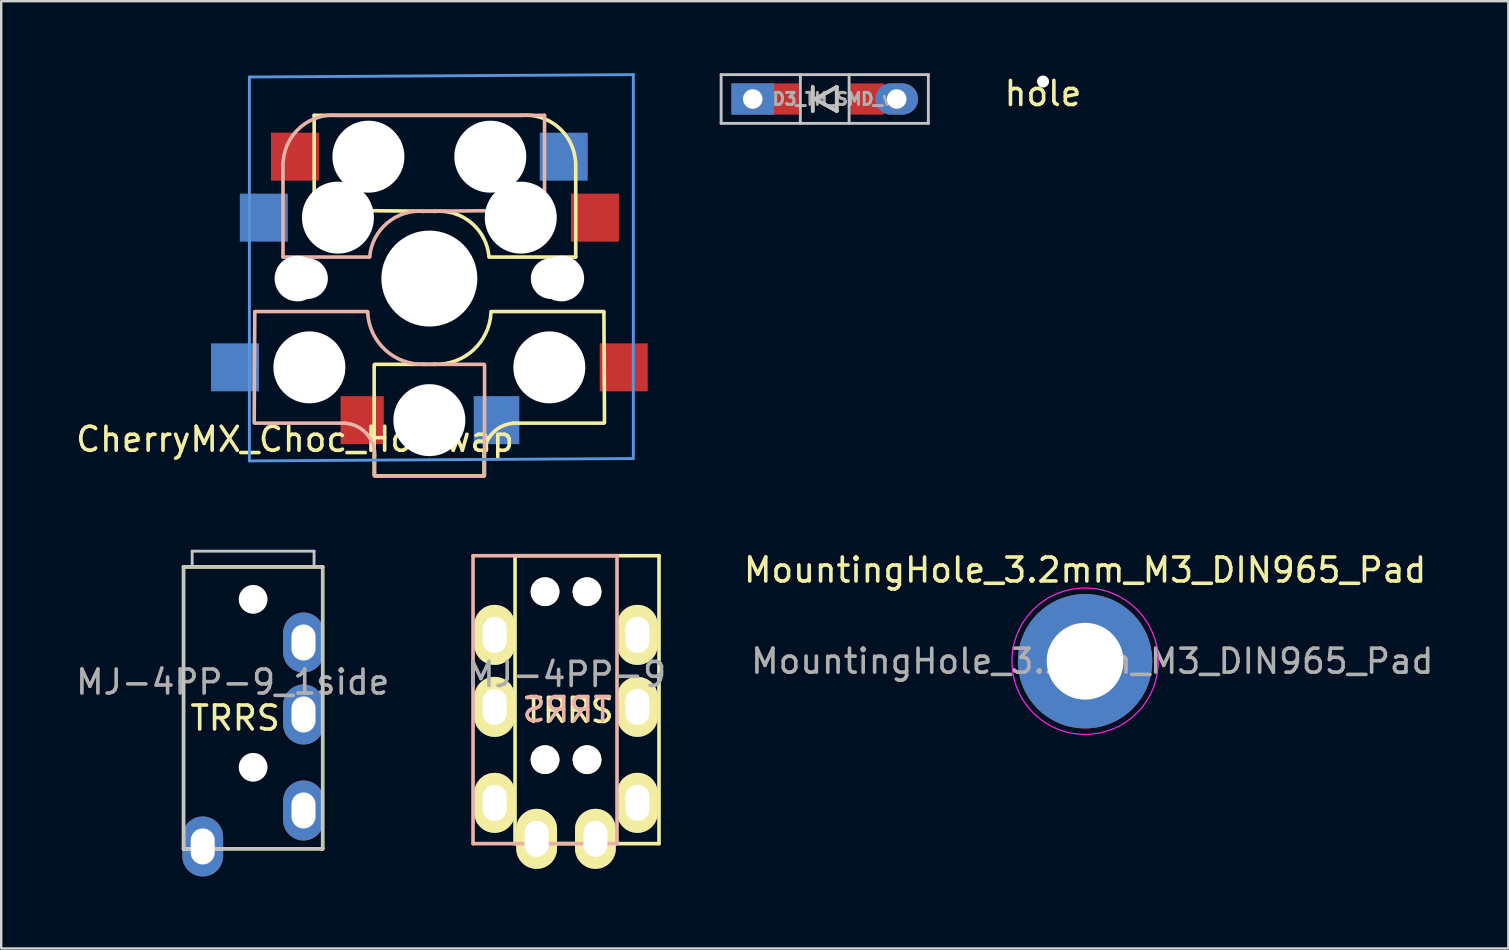
<source format=kicad_pcb>
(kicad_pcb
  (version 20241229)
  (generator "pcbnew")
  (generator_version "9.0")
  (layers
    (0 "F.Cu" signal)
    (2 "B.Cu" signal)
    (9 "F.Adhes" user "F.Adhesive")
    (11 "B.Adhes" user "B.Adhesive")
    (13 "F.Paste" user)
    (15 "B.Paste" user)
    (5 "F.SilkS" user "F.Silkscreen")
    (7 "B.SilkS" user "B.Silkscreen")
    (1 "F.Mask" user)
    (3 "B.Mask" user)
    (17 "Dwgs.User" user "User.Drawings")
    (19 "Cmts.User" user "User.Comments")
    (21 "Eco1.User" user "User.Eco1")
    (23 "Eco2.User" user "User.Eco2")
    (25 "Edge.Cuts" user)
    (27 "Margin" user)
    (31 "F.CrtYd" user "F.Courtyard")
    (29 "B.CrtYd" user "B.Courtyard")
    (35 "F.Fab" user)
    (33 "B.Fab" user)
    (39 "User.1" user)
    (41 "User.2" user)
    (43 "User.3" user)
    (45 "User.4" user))
  (footprint "MJ-4PP-9"
    (layer "F.Cu")
    (at 21.415 20.11)
    (property "Reference" "MJ-4PP-9" (at -0.85 4.95 0) (layer "F.Fab") (effects (font (size 1 1) (thickness 0.15))))
    (attr through_hole)
    (fp_line (start -3 0) (end 3 0) (stroke (width 0.15) (type solid)) (layer "F.SilkS"))
    (fp_line (start -3 12) (end -3 0) (stroke (width 0.15) (type solid)) (layer "F.SilkS"))
    (fp_line (start 3 0) (end 3 12) (stroke (width 0.15) (type solid)) (layer "F.SilkS"))
    (fp_line (start 3 12) (end -3 12) (stroke (width 0.15) (type solid)) (layer "F.SilkS"))
    (fp_line (start -4.75 0) (end 1.25 0) (stroke (width 0.15) (type solid)) (layer "B.SilkS"))
    (fp_line (start -4.75 12) (end -4.75 0) (stroke (width 0.15) (type solid)) (layer "B.SilkS"))
    (fp_line (start 1.25 0) (end 1.25 12) (stroke (width 0.15) (type solid)) (layer "B.SilkS"))
    (fp_line (start 1.25 12) (end -4.75 12) (stroke (width 0.15) (type solid)) (layer "B.SilkS"))
    (fp_text user "TRRS" (at -0.75 6.45 0) (layer "F.SilkS") (effects (font (size 1 1) (thickness 0.15))))
    (fp_text user "TRRS" (at -0.826 6.413 0) (layer "B.SilkS") (effects (font (size 1 1) (thickness 0.15)) (justify mirror)))
    (pad "" np_thru_hole circle (at -1.75 1.5) (size 1.2 1.2) (drill 1.2) (layers "*.Cu" "*.Mask" "F.SilkS"))
    (pad "" np_thru_hole circle (at -1.75 8.5) (size 1.2 1.2) (drill 1.2) (layers "*.Cu" "*.Mask" "F.SilkS"))
    (pad "" np_thru_hole circle (at 0 1.5) (size 1.2 1.2) (drill 1.2) (layers "*.Cu" "*.Mask" "F.SilkS"))
    (pad "" np_thru_hole circle (at 0 8.5) (size 1.2 1.2) (drill 1.2) (layers "*.Cu" "*.Mask" "F.SilkS"))
    (pad "R1" thru_hole oval (at -3.85 6.3) (size 1.7 2.5) (drill oval 1 1.5) (layers "*.Cu" "*.Mask" "F.SilkS"))
    (pad "R1" thru_hole oval (at 2.1 6.3) (size 1.7 2.5) (drill oval 1 1.5) (layers "*.Cu" "*.Mask" "F.SilkS"))
    (pad "R2" thru_hole oval (at -3.85 3.3) (size 1.7 2.5) (drill oval 1 1.5) (layers "*.Cu" "*.Mask" "F.SilkS"))
    (pad "R2" thru_hole oval (at 2.1 3.3) (size 1.7 2.5) (drill oval 1 1.5) (layers "*.Cu" "*.Mask" "F.SilkS"))
    (pad "S" thru_hole oval (at -2.1 11.8) (size 1.7 2.5) (drill oval 1 1.5) (layers "*.Cu" "*.Mask" "F.SilkS"))
    (pad "S" thru_hole oval (at 0.35 11.8) (size 1.7 2.5) (drill oval 1 1.5) (layers "*.Cu" "*.Mask" "F.SilkS"))
    (pad "T" thru_hole oval (at -3.85 10.3) (size 1.7 2.5) (drill oval 1 1.5) (layers "*.Cu" "*.Mask" "F.SilkS"))
    (pad "T" thru_hole oval (at 2.1 10.3) (size 1.7 2.5) (drill oval 1 1.5) (layers "*.Cu" "*.Mask" "F.SilkS")))
  (footprint "hole"
    (layer "F.Cu")
    (at 40.42 0.348)
    (property "Reference" "hole" (at 0 0.5 0) (layer "F.SilkS") (effects (font (size 1 1) (thickness 0.15))))
    (attr through_hole)
    (pad "" np_thru_hole circle (at 0 0) (size 0.5 0.5) (drill 0.5) (layers "*.Cu" "*.Mask")))
  (footprint "MJ-4PP-9_1side"
    (layer "F.Cu")
    (at 7.499 20.428)
    (property "Reference" "MJ-4PP-9_1side" (at -0.85 4.95 0) (layer "F.Fab") (effects (font (size 1 1) (thickness 0.15))))
    (attr through_hole)
    (fp_line (start -2.9 0.15) (end 2.9 0.15) (stroke (width 0.15) (type solid)) (layer "F.SilkS"))
    (fp_line (start -2.9 11.9) (end -2.9 0.15) (stroke (width 0.15) (type solid)) (layer "F.SilkS"))
    (fp_line (start 2.9 0.15) (end 2.9 11.9) (stroke (width 0.15) (type solid)) (layer "F.SilkS"))
    (fp_line (start 2.9 11.9) (end -2.9 11.9) (stroke (width 0.15) (type solid)) (layer "F.SilkS"))
    (fp_line (start -2.896 0.152) (end 2.896 0.152) (stroke (width 0.12) (type solid)) (layer "Dwgs.User"))
    (fp_line (start -2.896 11.887) (end -2.896 0.152) (stroke (width 0.12) (type solid)) (layer "Dwgs.User"))
    (fp_line (start -2.54 -0.508) (end 2.54 -0.508) (stroke (width 0.12) (type solid)) (layer "Dwgs.User"))
    (fp_line (start -2.54 0.127) (end -2.54 -0.508) (stroke (width 0.12) (type solid)) (layer "Dwgs.User"))
    (fp_line (start 2.54 -0.508) (end 2.54 0.127) (stroke (width 0.12) (type solid)) (layer "Dwgs.User"))
    (fp_line (start 2.896 0.152) (end 2.896 11.887) (stroke (width 0.12) (type solid)) (layer "Dwgs.User"))
    (fp_line (start 2.896 11.887) (end -2.896 11.887) (stroke (width 0.12) (type solid)) (layer "Dwgs.User"))
    (fp_text user "TRRS" (at -0.75 6.45 0) (layer "F.SilkS") (effects (font (size 1 1) (thickness 0.15))))
    (pad "" np_thru_hole circle (at 0 1.5) (size 1.2 1.2) (drill 1.2) (layers "*.Cu" "*.Mask"))
    (pad "" np_thru_hole circle (at 0 8.5) (size 1.2 1.2) (drill 1.2) (layers "*.Cu" "*.Mask"))
    (pad "A" thru_hole oval (at -2.1 11.8) (size 1.7 2.5) (drill oval 1 1.5) (layers "*.Cu" "B.Mask"))
    (pad "B" thru_hole oval (at 2.1 3.3) (size 1.7 2.5) (drill oval 1 1.5) (layers "*.Cu" "B.Mask"))
    (pad "C" thru_hole oval (at 2.1 6.3) (size 1.7 2.5) (drill oval 1 1.5) (layers "*.Cu" "B.Mask"))
    (pad "D" thru_hole oval (at 2.1 10.3) (size 1.7 2.5) (drill oval 1 1.5) (layers "*.Cu" "B.Mask")))
  (footprint "MountingHole_3.2mm_M3_DIN965_Pad"
    (layer "F.Cu")
    (at 42.173 24.508)
    (property "Reference" "MountingHole_3.2mm_M3_DIN965_Pad" (at 0 -3.8 0) (layer "F.SilkS") (effects (font (size 1 1) (thickness 0.15))))
    (attr exclude_from_pos_files exclude_from_bom)
    (fp_circle (center 0 0) (end 2.8 0) (stroke (width 0.001) (type solid)) (fill no) (layer "Cmts.User"))
    (fp_line (start -4 0) (end 4 0) (stroke (width 0.001) (type solid)) (layer "Eco1.User"))
    (fp_line (start 0 4) (end 0 -4) (stroke (width 0.001) (type solid)) (layer "Eco1.User"))
    (fp_circle (center 0 0) (end 3.05 0) (stroke (width 0.05) (type solid)) (fill no) (layer "F.CrtYd"))
    (fp_text user "${REFERENCE}" (at 0.3 0 0) (layer "F.Fab") (effects (font (size 1 1) (thickness 0.15))))
    (pad "1" thru_hole circle (at 0 0) (size 5.6 5.6) (drill 3.2) (layers "*.Cu" "*.Mask")))
  (footprint "D3_TH_SMD_v2"
    (layer "F.Cu")
    (at 31.322 1.076)
    (property "Reference" "D3_TH_SMD_v2" (at 0.55 0 180) (layer "F.Fab") (effects (font (size 0.5 0.5) (thickness 0.125))))
    (attr through_hole)
    (fp_line (start -0.5 -0.5) (end -0.5 0.5) (stroke (width 0.15) (type solid)) (layer "F.SilkS"))
    (fp_line (start -0.4 0) (end 0.5 -0.5) (stroke (width 0.15) (type solid)) (layer "F.SilkS"))
    (fp_line (start 0.5 -0.5) (end 0.5 0.5) (stroke (width 0.15) (type solid)) (layer "F.SilkS"))
    (fp_line (start 0.5 0.5) (end -0.4 0) (stroke (width 0.15) (type solid)) (layer "F.SilkS"))
    (fp_line (start -4.318 -1.016) (end -4.318 1.016) (stroke (width 0.12) (type solid)) (layer "Dwgs.User"))
    (fp_line (start -4.318 1.016) (end 4.318 1.016) (stroke (width 0.12) (type solid)) (layer "Dwgs.User"))
    (fp_line (start -1.016 -1.016) (end -1.016 1.016) (stroke (width 0.12) (type solid)) (layer "Dwgs.User"))
    (fp_line (start -0.5 -0.5) (end -0.5 0.5) (stroke (width 0.15) (type solid)) (layer "Dwgs.User"))
    (fp_line (start -0.4 0) (end 0.5 -0.5) (stroke (width 0.15) (type solid)) (layer "Dwgs.User"))
    (fp_line (start 0.5 -0.5) (end 0.5 0.5) (stroke (width 0.15) (type solid)) (layer "Dwgs.User"))
    (fp_line (start 0.5 0.5) (end -0.4 0) (stroke (width 0.15) (type solid)) (layer "Dwgs.User"))
    (fp_line (start 1.016 -1.016) (end 1.016 1.016) (stroke (width 0.12) (type solid)) (layer "Dwgs.User"))
    (fp_line (start 4.318 -1.016) (end -4.318 -1.016) (stroke (width 0.12) (type solid)) (layer "Dwgs.User"))
    (fp_line (start 4.318 1.016) (end 4.318 -1.016) (stroke (width 0.12) (type solid)) (layer "Dwgs.User"))
    (pad "1" thru_hole rect (at -3 0) (size 1.778 1.3) (drill 0.813) (layers "*.Cu" "B.Mask"))
    (pad "1" smd rect (at -1.775 0 180) (size 1.4 1.3) (layers "F.Cu" "F.Mask" "F.Paste"))
    (pad "2" smd rect (at 1.775 0 180) (size 1.4 1.3) (layers "F.Cu" "F.Mask" "F.Paste"))
    (pad "2" thru_hole oval (at 3 0) (size 1.778 1.3) (drill 0.813) (layers "*.Cu" "B.Mask")))
  (footprint "CherryMX_Choc_Hotswap"
    (layer "F.Cu")
    (at 14.844 8.56)
    (property "Reference" "CherryMX_Choc_Hotswap" (at -5.6 6.7 0) (layer "F.SilkS") (effects (font (size 1 1) (thickness 0.15))))
    (attr through_hole)
    (fp_line (start -4.8 -6.804) (end 3.825 -6.804) (stroke (width 0.15) (type solid)) (layer "F.SilkS"))
    (fp_line (start -4.8 -2.896) (end -4.8 -6.804) (stroke (width 0.15) (type solid)) (layer "F.SilkS"))
    (fp_line (start -4.8 -2.85) (end 0.25 -2.804) (stroke (width 0.15) (type solid)) (layer "F.SilkS"))
    (fp_line (start -2.3 3.6) (end -2.3 8.2) (stroke (width 0.15) (type solid)) (layer "F.SilkS"))
    (fp_line (start -2.275 3.575) (end 0.275 3.575) (stroke (width 0.15) (type solid)) (layer "F.SilkS"))
    (fp_line (start -2.275 8.225) (end 2.275 8.225) (stroke (width 0.15) (type solid)) (layer "F.SilkS"))
    (fp_line (start 2.28 7.5) (end 2.28 8.2) (stroke (width 0.15) (type solid)) (layer "F.SilkS"))
    (fp_line (start 2.575 1.375) (end 7.275 1.375) (stroke (width 0.15) (type solid)) (layer "F.SilkS"))
    (fp_line (start 3.5 6.025) (end 7.275 6.025) (stroke (width 0.15) (type solid)) (layer "F.SilkS"))
    (fp_line (start 6.1 -4.85) (end 6.1 -0.905) (stroke (width 0.15) (type solid)) (layer "F.SilkS"))
    (fp_line (start 6.1 -0.896) (end 2.49 -0.896) (stroke (width 0.15) (type solid)) (layer "F.SilkS"))
    (fp_line (start 7.275 1.4) (end 7.3 6) (stroke (width 0.15) (type solid)) (layer "F.SilkS"))
    (fp_arc (start 0.225 -2.8) (mid 1.744361 -2.328061) (end 2.485 -0.92) (stroke (width 0.15) (type solid)) (layer "F.SilkS"))
    (fp_arc (start 2.28 7.45) (mid 2.595908 6.48733) (end 3.5 6.03) (stroke (width 0.15) (type solid)) (layer "F.SilkS"))
    (fp_arc (start 2.57 1.4) (mid 1.834422 2.975843) (end 0.2 3.57) (stroke (width 0.15) (type solid)) (layer "F.SilkS"))
    (fp_arc (start 3.825 -6.804) (mid 5.347189 -6.33089) (end 6.089 -4.92) (stroke (width 0.15) (type solid)) (layer "F.SilkS"))
    (fp_line (start -7.275 1.4) (end -7.3 6) (stroke (width 0.15) (type solid)) (layer "B.SilkS"))
    (fp_line (start -6.1 -4.85) (end -6.1 -0.905) (stroke (width 0.15) (type solid)) (layer "B.SilkS"))
    (fp_line (start -6.1 -0.896) (end -2.49 -0.896) (stroke (width 0.15) (type solid)) (layer "B.SilkS"))
    (fp_line (start -3.5 6.025) (end -7.275 6.025) (stroke (width 0.15) (type solid)) (layer "B.SilkS"))
    (fp_line (start -2.575 1.375) (end -7.275 1.375) (stroke (width 0.15) (type solid)) (layer "B.SilkS"))
    (fp_line (start -2.28 7.5) (end -2.28 8.2) (stroke (width 0.15) (type solid)) (layer "B.SilkS"))
    (fp_line (start 2.275 3.575) (end -0.275 3.575) (stroke (width 0.15) (type solid)) (layer "B.SilkS"))
    (fp_line (start 2.275 8.225) (end -2.275 8.225) (stroke (width 0.15) (type solid)) (layer "B.SilkS"))
    (fp_line (start 2.3 3.6) (end 2.3 8.2) (stroke (width 0.15) (type solid)) (layer "B.SilkS"))
    (fp_line (start 4.8 -6.804) (end -3.825 -6.804) (stroke (width 0.15) (type solid)) (layer "B.SilkS"))
    (fp_line (start 4.8 -2.896) (end 4.8 -6.804) (stroke (width 0.15) (type solid)) (layer "B.SilkS"))
    (fp_line (start 4.8 -2.85) (end -0.25 -2.804) (stroke (width 0.15) (type solid)) (layer "B.SilkS"))
    (fp_arc (start -6.089 -4.92) (mid -5.347189 -6.33089) (end -3.825 -6.804) (stroke (width 0.15) (type solid)) (layer "B.SilkS"))
    (fp_arc (start -3.5 6.03) (mid -2.595908 6.48733) (end -2.28 7.45) (stroke (width 0.15) (type solid)) (layer "B.SilkS"))
    (fp_arc (start -2.485 -0.92) (mid -1.744361 -2.328061) (end -0.225 -2.8) (stroke (width 0.15) (type solid)) (layer "B.SilkS"))
    (fp_arc (start -0.2 3.57) (mid -1.834422 2.975843) (end -2.57 1.4) (stroke (width 0.15) (type solid)) (layer "B.SilkS"))
    (fp_line (start -7.5 -8.4) (end -7.5 7.6) (stroke (width 0.12) (type solid)) (layer "Cmts.User"))
    (fp_line (start -7.5 -8.4) (end 8.5 -8.5) (stroke (width 0.12) (type solid)) (layer "Cmts.User"))
    (fp_line (start 8.5 7.5) (end -7.5 7.6) (stroke (width 0.12) (type solid)) (layer "Cmts.User"))
    (fp_line (start 8.5 7.5) (end 8.5 -8.5) (stroke (width 0.12) (type solid)) (layer "Cmts.User"))
    (fp_line (start -7.4 -8.3) (end 8.4 -8.4) (stroke (width 0.12) (type solid)) (layer "Eco2.User"))
    (fp_line (start -7.4 7.5) (end -7.4 -8.3) (stroke (width 0.12) (type solid)) (layer "Eco2.User"))
    (fp_line (start -7.4 7.5) (end 8.4 7.4) (stroke (width 0.12) (type solid)) (layer "Eco2.User"))
    (fp_line (start 8.4 7.4) (end 8.4 -8.4) (stroke (width 0.12) (type solid)) (layer "Eco2.User"))
    (pad "" np_thru_hole circle (at -5.5 0 90) (size 1.9 1.9) (drill 1.9) (layers "*.Cu" "*.Mask"))
    (pad "" np_thru_hole circle (at -5.08 0) (size 1.7 1.7) (drill 1.7) (layers "*.Cu" "*.Mask"))
    (pad "" np_thru_hole circle (at -5 3.7 90) (size 3 3) (drill 3) (layers "*.Cu" "*.Mask"))
    (pad "" np_thru_hole circle (at -3.81 -2.54 180) (size 3 3) (drill 3) (layers "*.Cu" "*.Mask"))
    (pad "" np_thru_hole circle (at -2.54 -5.08 180) (size 3 3) (drill 3) (layers "*.Cu" "*.Mask"))
    (pad "" np_thru_hole circle (at 0 0 90) (size 4 4) (drill 4) (layers "*.Cu" "*.Mask"))
    (pad "" np_thru_hole circle (at 0 5.9 90) (size 3 3) (drill 3) (layers "*.Cu" "*.Mask"))
    (pad "" np_thru_hole circle (at 2.54 -5.08 180) (size 3 3) (drill 3) (layers "*.Cu" "*.Mask"))
    (pad "" np_thru_hole circle (at 3.81 -2.54 180) (size 3 3) (drill 3) (layers "*.Cu" "*.Mask"))
    (pad "" np_thru_hole circle (at 5 3.7 270) (size 3 3) (drill 3) (layers "*.Cu" "*.Mask"))
    (pad "" np_thru_hole circle (at 5.08 0) (size 1.7 1.7) (drill 1.7) (layers "*.Cu" "*.Mask"))
    (pad "" np_thru_hole circle (at 5.5 0 90) (size 1.9 1.9) (drill 1.9) (layers "*.Cu" "*.Mask"))
    (pad "1" smd rect (at -8.1 3.7 180) (size 2 2) (layers "B.Cu" "B.Mask" "B.Paste"))
    (pad "1" smd rect (at -6.9 -2.54 180) (size 2 2) (layers "B.Cu" "B.Mask" "B.Paste"))
    (pad "1" smd rect (at -5.6 -5.08 180) (size 2 2) (layers "F.Cu" "F.Mask" "F.Paste"))
    (pad "1" smd rect (at 8.1 3.7 180) (size 2 2) (layers "F.Cu" "F.Mask" "F.Paste"))
    (pad "2" smd rect (at -2.8 5.9 180) (size 1.8 2) (layers "F.Cu" "F.Mask" "F.Paste"))
    (pad "2" smd rect (at 2.8 5.9 180) (size 1.9 2) (layers "B.Cu" "B.Mask" "B.Paste"))
    (pad "2" smd rect (at 5.6 -5.08 180) (size 2 2) (layers "B.Cu" "B.Mask" "B.Paste"))
    (pad "2" smd rect (at 6.9 -2.54 180) (size 2 2) (layers "F.Cu" "F.Mask" "F.Paste")))
  (gr_rect
    (start -3 -3)
    (end 59.812 36.478)
    (stroke (width 0.1) (type default))
    (fill no)
    (layer "Edge.Cuts")))
</source>
